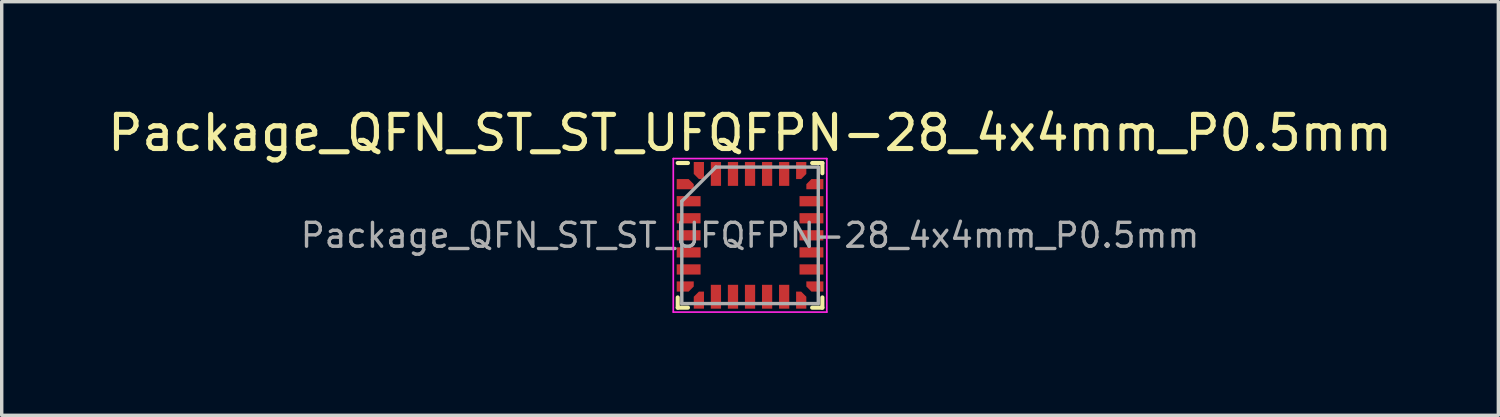
<source format=kicad_pcb>
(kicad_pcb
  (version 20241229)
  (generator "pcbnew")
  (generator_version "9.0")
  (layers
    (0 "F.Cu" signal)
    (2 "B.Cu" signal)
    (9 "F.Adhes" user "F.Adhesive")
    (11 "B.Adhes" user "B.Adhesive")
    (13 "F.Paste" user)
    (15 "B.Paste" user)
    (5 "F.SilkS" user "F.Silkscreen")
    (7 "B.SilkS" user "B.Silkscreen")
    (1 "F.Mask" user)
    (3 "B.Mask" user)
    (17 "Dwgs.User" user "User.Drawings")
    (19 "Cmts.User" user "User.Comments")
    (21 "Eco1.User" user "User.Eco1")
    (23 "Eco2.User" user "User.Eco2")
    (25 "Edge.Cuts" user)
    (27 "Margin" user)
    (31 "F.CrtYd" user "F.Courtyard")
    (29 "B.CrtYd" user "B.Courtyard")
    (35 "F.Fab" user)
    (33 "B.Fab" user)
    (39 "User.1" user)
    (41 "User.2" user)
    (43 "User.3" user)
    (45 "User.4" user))
  (footprint "Package_QFN_ST_ST_UFQFPN-28_4x4mm_P0.5mm"
    (layer "F.Cu")
    (at 18.935 3.848)
    (property "Reference" "Package_QFN_ST_ST_UFQFPN-28_4x4mm_P0.5mm" (at 0 -3 0) (layer "F.SilkS") (effects (font (size 1 1) (thickness 0.15))))
    (attr smd)
    (fp_line (start -2.12 -2.12) (end -1.82 -2.12) (stroke (width 0.12) (type solid)) (layer "F.SilkS"))
    (fp_line (start -2.12 2.12) (end -2.12 1.82) (stroke (width 0.12) (type solid)) (layer "F.SilkS"))
    (fp_line (start -2.12 2.12) (end -1.82 2.12) (stroke (width 0.12) (type solid)) (layer "F.SilkS"))
    (fp_line (start 2.12 -2.12) (end 1.82 -2.12) (stroke (width 0.12) (type solid)) (layer "F.SilkS"))
    (fp_line (start 2.12 -2.12) (end 2.12 -1.82) (stroke (width 0.12) (type solid)) (layer "F.SilkS"))
    (fp_line (start 2.12 2.12) (end 1.82 2.12) (stroke (width 0.12) (type solid)) (layer "F.SilkS"))
    (fp_line (start 2.12 2.12) (end 2.12 1.82) (stroke (width 0.12) (type solid)) (layer "F.SilkS"))
    (fp_line (start -2.25 -2.25) (end 2.25 -2.25) (stroke (width 0.05) (type solid)) (layer "F.CrtYd"))
    (fp_line (start -2.25 2.25) (end -2.25 -2.25) (stroke (width 0.05) (type solid)) (layer "F.CrtYd"))
    (fp_line (start 2.25 -2.25) (end 2.25 2.25) (stroke (width 0.05) (type solid)) (layer "F.CrtYd"))
    (fp_line (start 2.25 2.25) (end -2.25 2.25) (stroke (width 0.05) (type solid)) (layer "F.CrtYd"))
    (fp_line (start -2 -1) (end -1 -2) (stroke (width 0.1) (type solid)) (layer "F.Fab"))
    (fp_line (start -2 2) (end -2 -1) (stroke (width 0.1) (type solid)) (layer "F.Fab"))
    (fp_line (start -1 -2) (end 2 -2) (stroke (width 0.1) (type solid)) (layer "F.Fab"))
    (fp_line (start 2 -2) (end 2 2) (stroke (width 0.1) (type solid)) (layer "F.Fab"))
    (fp_line (start 2 2) (end -2 2) (stroke (width 0.1) (type solid)) (layer "F.Fab"))
    (fp_text user "${REFERENCE}" (at 0 0 0) (layer "F.Fab") (effects (font (size 0.7 0.7) (thickness 0.1))))
    (pad "1" smd custom (at -1.975 -1.5) (size 0.35 0.3) (layers "F.Cu" "F.Mask" "F.Paste") (options (anchor rect)) (primitives (gr_poly (pts (xy 0.175 -0.15) (xy 0.325 0) (xy 0.325 0.15) (xy 0.175 0.15)) (width 0) (fill yes))))
    (pad "2" smd rect (at -1.8 -1) (size 0.7 0.3) (layers "F.Cu" "F.Mask" "F.Paste"))
    (pad "3" smd rect (at -1.8 -0.5) (size 0.7 0.3) (layers "F.Cu" "F.Mask" "F.Paste"))
    (pad "4" smd rect (at -1.8 0) (size 0.7 0.3) (layers "F.Cu" "F.Mask" "F.Paste"))
    (pad "5" smd rect (at -1.8 0.5) (size 0.7 0.3) (layers "F.Cu" "F.Mask" "F.Paste"))
    (pad "6" smd rect (at -1.8 1) (size 0.7 0.3) (layers "F.Cu" "F.Mask" "F.Paste"))
    (pad "7" smd custom (at -1.975 1.5) (size 0.35 0.3) (layers "F.Cu" "F.Mask" "F.Paste") (options (anchor rect)) (primitives (gr_poly (pts (xy 0.175 0.15) (xy 0.325 0) (xy 0.325 -0.15) (xy 0.175 -0.15)) (width 0) (fill yes))))
    (pad "8" smd custom (at -1.5 1.975) (size 0.3 0.35) (layers "F.Cu" "F.Mask" "F.Paste") (options (anchor rect)) (primitives (gr_poly (pts (xy -0.15 -0.175) (xy 0 -0.325) (xy 0.15 -0.325) (xy 0.15 -0.175)) (width 0) (fill yes))))
    (pad "9" smd rect (at -1 1.8) (size 0.3 0.7) (layers "F.Cu" "F.Mask" "F.Paste"))
    (pad "10" smd rect (at -0.5 1.8) (size 0.3 0.7) (layers "F.Cu" "F.Mask" "F.Paste"))
    (pad "11" smd rect (at 0 1.8) (size 0.3 0.7) (layers "F.Cu" "F.Mask" "F.Paste"))
    (pad "12" smd rect (at 0.5 1.8) (size 0.3 0.7) (layers "F.Cu" "F.Mask" "F.Paste"))
    (pad "13" smd rect (at 1 1.8) (size 0.3 0.7) (layers "F.Cu" "F.Mask" "F.Paste"))
    (pad "14" smd custom (at 1.5 1.975) (size 0.3 0.35) (layers "F.Cu" "F.Mask" "F.Paste") (options (anchor rect)) (primitives (gr_poly (pts (xy 0.15 -0.175) (xy 0 -0.325) (xy -0.15 -0.325) (xy -0.15 -0.175)) (width 0) (fill yes))))
    (pad "15" smd custom (at 1.975 1.5) (size 0.35 0.3) (layers "F.Cu" "F.Mask" "F.Paste") (options (anchor rect)) (primitives (gr_poly (pts (xy -0.175 0.15) (xy -0.325 0) (xy -0.325 -0.15) (xy -0.175 -0.15)) (width 0) (fill yes))))
    (pad "16" smd rect (at 1.8 1) (size 0.7 0.3) (layers "F.Cu" "F.Mask" "F.Paste"))
    (pad "17" smd rect (at 1.8 0.5) (size 0.7 0.3) (layers "F.Cu" "F.Mask" "F.Paste"))
    (pad "18" smd rect (at 1.8 0) (size 0.7 0.3) (layers "F.Cu" "F.Mask" "F.Paste"))
    (pad "19" smd rect (at 1.8 -0.5) (size 0.7 0.3) (layers "F.Cu" "F.Mask" "F.Paste"))
    (pad "20" smd rect (at 1.8 -1) (size 0.7 0.3) (layers "F.Cu" "F.Mask" "F.Paste"))
    (pad "21" smd custom (at 1.975 -1.5) (size 0.35 0.3) (layers "F.Cu" "F.Mask" "F.Paste") (options (anchor rect)) (primitives (gr_poly (pts (xy -0.175 -0.15) (xy -0.325 0) (xy -0.325 0.15) (xy -0.175 0.15)) (width 0) (fill yes))))
    (pad "22" smd custom (at 1.5 -1.975) (size 0.3 0.35) (layers "F.Cu" "F.Mask" "F.Paste") (options (anchor rect)) (primitives (gr_poly (pts (xy 0.15 0.175) (xy 0 0.325) (xy -0.15 0.325) (xy -0.15 0.175)) (width 0) (fill yes))))
    (pad "23" smd rect (at 1 -1.8) (size 0.3 0.7) (layers "F.Cu" "F.Mask" "F.Paste"))
    (pad "24" smd rect (at 0.5 -1.8) (size 0.3 0.7) (layers "F.Cu" "F.Mask" "F.Paste"))
    (pad "25" smd rect (at 0 -1.8) (size 0.3 0.7) (layers "F.Cu" "F.Mask" "F.Paste"))
    (pad "26" smd rect (at -0.5 -1.8) (size 0.3 0.7) (layers "F.Cu" "F.Mask" "F.Paste"))
    (pad "27" smd rect (at -1 -1.8) (size 0.3 0.7) (layers "F.Cu" "F.Mask" "F.Paste"))
    (pad "28" smd custom (at -1.5 -1.975) (size 0.3 0.35) (layers "F.Cu" "F.Mask" "F.Paste") (options (anchor rect)) (primitives (gr_poly (pts (xy -0.15 0.175) (xy 0 0.325) (xy 0.15 0.325) (xy 0.15 0.175)) (width 0) (fill yes)))))
  (gr_rect
    (start -3 -3)
    (end 40.869 9.123)
    (stroke (width 0.1) (type default))
    (fill no)
    (layer "Edge.Cuts")))
</source>
